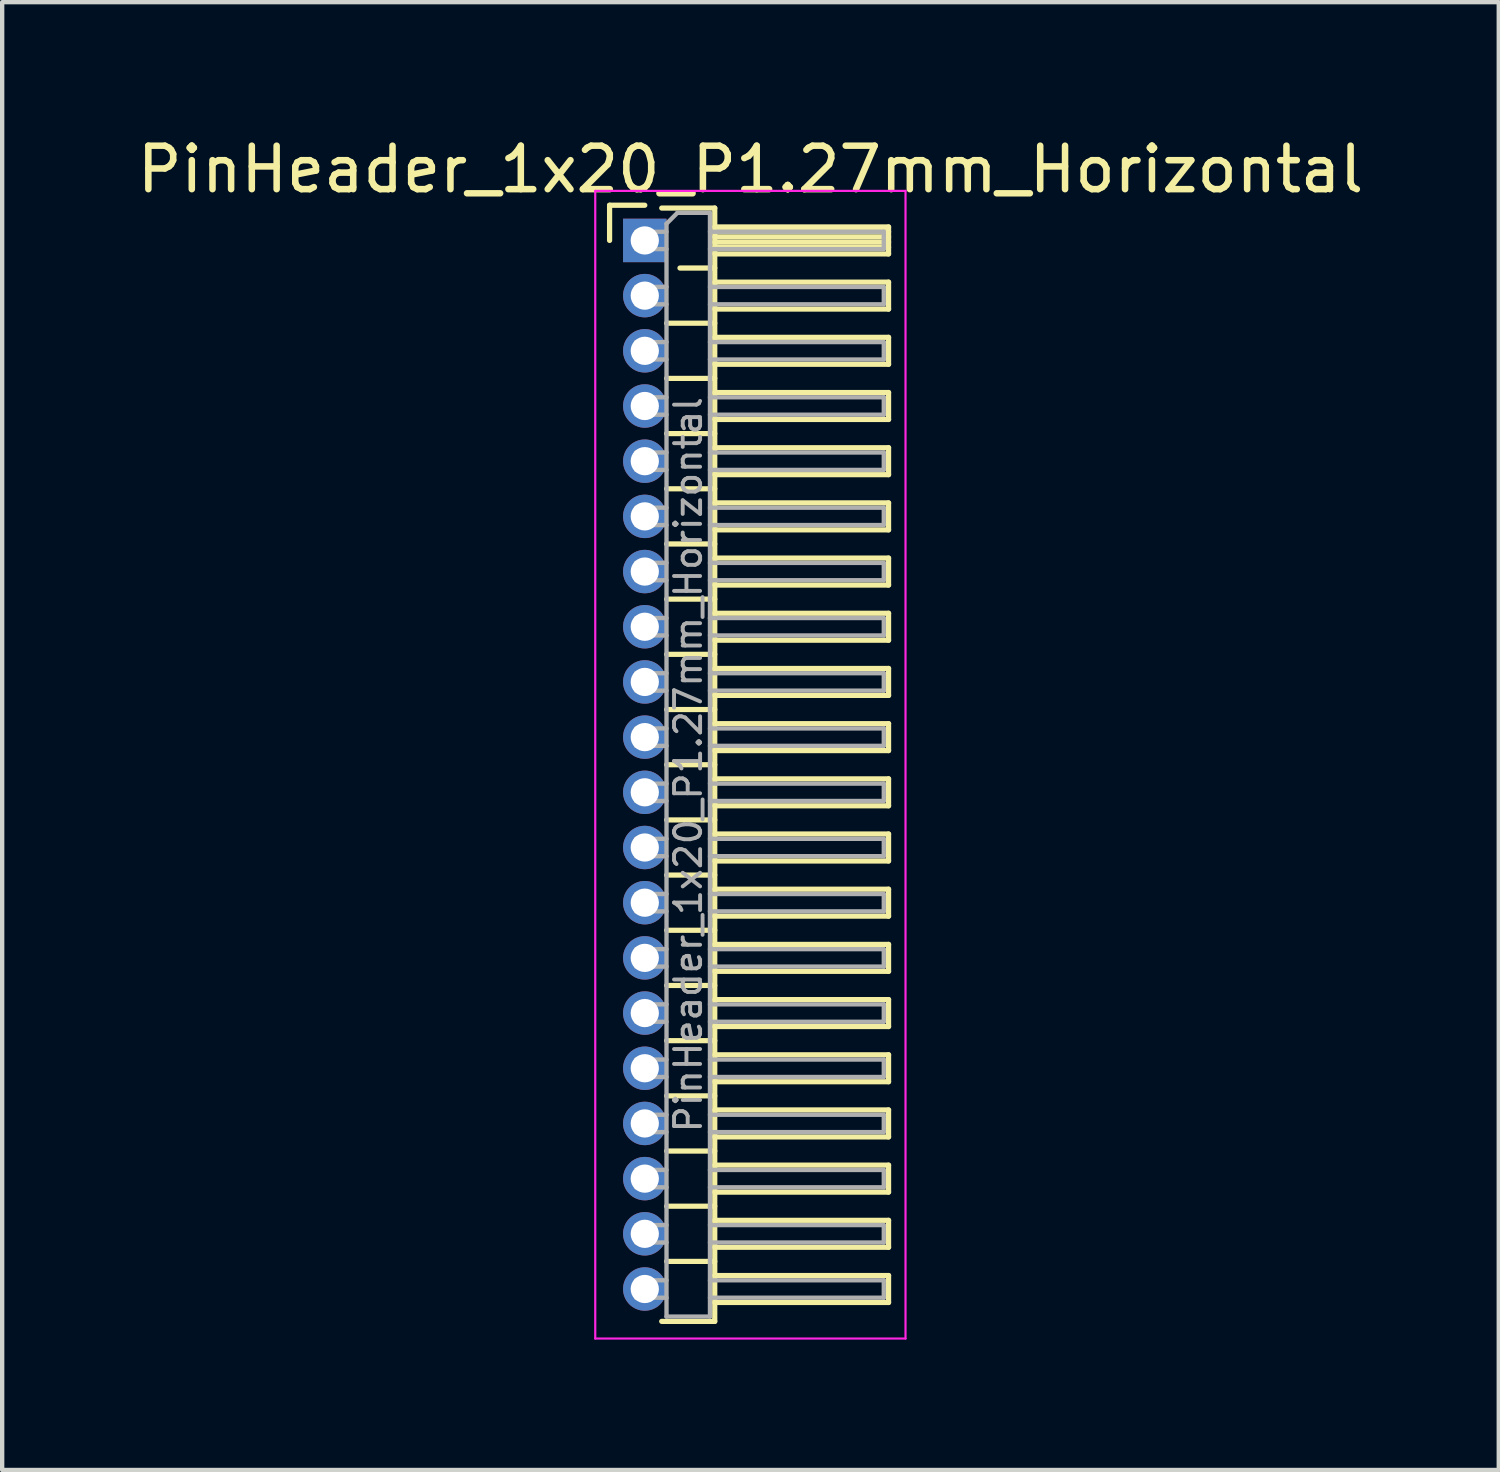
<source format=kicad_pcb>
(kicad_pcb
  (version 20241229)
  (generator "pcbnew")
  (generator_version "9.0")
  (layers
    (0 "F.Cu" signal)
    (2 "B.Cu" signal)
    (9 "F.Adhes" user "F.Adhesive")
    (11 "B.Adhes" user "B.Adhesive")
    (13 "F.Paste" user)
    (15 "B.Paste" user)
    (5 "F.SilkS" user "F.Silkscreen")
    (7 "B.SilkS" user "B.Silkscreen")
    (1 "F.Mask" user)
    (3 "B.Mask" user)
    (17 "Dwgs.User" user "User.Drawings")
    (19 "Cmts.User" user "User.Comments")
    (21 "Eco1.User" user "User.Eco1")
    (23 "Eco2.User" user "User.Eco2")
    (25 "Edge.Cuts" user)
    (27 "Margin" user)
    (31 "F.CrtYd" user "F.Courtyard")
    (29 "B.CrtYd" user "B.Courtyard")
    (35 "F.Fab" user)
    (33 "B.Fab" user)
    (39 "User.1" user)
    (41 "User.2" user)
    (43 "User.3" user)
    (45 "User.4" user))
  (footprint "PinHeader_1x20_P1.27mm_Horizontal"
    (layer "F.Cu")
    (at 11.788 2.483)
    (property "Reference" "PinHeader_1x20_P1.27mm_Horizontal" (at 2.433 -1.635 0) (layer "F.SilkS") (effects (font (size 1 1) (thickness 0.15))))
    (attr through_hole)
    (fp_line (start -0.81 -0.81) (end 0 -0.81) (stroke (width 0.12) (type solid)) (layer "F.SilkS"))
    (fp_line (start -0.81 0) (end -0.81 -0.81) (stroke (width 0.12) (type solid)) (layer "F.SilkS"))
    (fp_line (start 0.39 -0.745) (end 1.61 -0.745) (stroke (width 0.12) (type solid)) (layer "F.SilkS"))
    (fp_line (start 0.503 1.905) (end 1.61 1.905) (stroke (width 0.12) (type solid)) (layer "F.SilkS"))
    (fp_line (start 0.503 3.175) (end 1.61 3.175) (stroke (width 0.12) (type solid)) (layer "F.SilkS"))
    (fp_line (start 0.503 4.445) (end 1.61 4.445) (stroke (width 0.12) (type solid)) (layer "F.SilkS"))
    (fp_line (start 0.503 5.715) (end 1.61 5.715) (stroke (width 0.12) (type solid)) (layer "F.SilkS"))
    (fp_line (start 0.503 6.985) (end 1.61 6.985) (stroke (width 0.12) (type solid)) (layer "F.SilkS"))
    (fp_line (start 0.503 8.255) (end 1.61 8.255) (stroke (width 0.12) (type solid)) (layer "F.SilkS"))
    (fp_line (start 0.503 9.525) (end 1.61 9.525) (stroke (width 0.12) (type solid)) (layer "F.SilkS"))
    (fp_line (start 0.503 10.795) (end 1.61 10.795) (stroke (width 0.12) (type solid)) (layer "F.SilkS"))
    (fp_line (start 0.503 12.065) (end 1.61 12.065) (stroke (width 0.12) (type solid)) (layer "F.SilkS"))
    (fp_line (start 0.503 13.335) (end 1.61 13.335) (stroke (width 0.12) (type solid)) (layer "F.SilkS"))
    (fp_line (start 0.503 14.605) (end 1.61 14.605) (stroke (width 0.12) (type solid)) (layer "F.SilkS"))
    (fp_line (start 0.503 15.875) (end 1.61 15.875) (stroke (width 0.12) (type solid)) (layer "F.SilkS"))
    (fp_line (start 0.503 17.145) (end 1.61 17.145) (stroke (width 0.12) (type solid)) (layer "F.SilkS"))
    (fp_line (start 0.503 18.415) (end 1.61 18.415) (stroke (width 0.12) (type solid)) (layer "F.SilkS"))
    (fp_line (start 0.503 19.685) (end 1.61 19.685) (stroke (width 0.12) (type solid)) (layer "F.SilkS"))
    (fp_line (start 0.503 20.955) (end 1.61 20.955) (stroke (width 0.12) (type solid)) (layer "F.SilkS"))
    (fp_line (start 0.503 22.225) (end 1.61 22.225) (stroke (width 0.12) (type solid)) (layer "F.SilkS"))
    (fp_line (start 0.503 23.495) (end 1.61 23.495) (stroke (width 0.12) (type solid)) (layer "F.SilkS"))
    (fp_line (start 0.81 0.635) (end 1.61 0.635) (stroke (width 0.12) (type solid)) (layer "F.SilkS"))
    (fp_line (start 1.61 -0.745) (end 1.61 24.875) (stroke (width 0.12) (type solid)) (layer "F.SilkS"))
    (fp_line (start 1.61 -0.31) (end 5.61 -0.31) (stroke (width 0.12) (type solid)) (layer "F.SilkS"))
    (fp_line (start 1.61 -0.2) (end 5.61 -0.2) (stroke (width 0.12) (type solid)) (layer "F.SilkS"))
    (fp_line (start 1.61 -0.08) (end 5.61 -0.08) (stroke (width 0.12) (type solid)) (layer "F.SilkS"))
    (fp_line (start 1.61 0.04) (end 5.61 0.04) (stroke (width 0.12) (type solid)) (layer "F.SilkS"))
    (fp_line (start 1.61 0.16) (end 5.61 0.16) (stroke (width 0.12) (type solid)) (layer "F.SilkS"))
    (fp_line (start 1.61 0.96) (end 5.61 0.96) (stroke (width 0.12) (type solid)) (layer "F.SilkS"))
    (fp_line (start 1.61 2.23) (end 5.61 2.23) (stroke (width 0.12) (type solid)) (layer "F.SilkS"))
    (fp_line (start 1.61 3.5) (end 5.61 3.5) (stroke (width 0.12) (type solid)) (layer "F.SilkS"))
    (fp_line (start 1.61 4.77) (end 5.61 4.77) (stroke (width 0.12) (type solid)) (layer "F.SilkS"))
    (fp_line (start 1.61 6.04) (end 5.61 6.04) (stroke (width 0.12) (type solid)) (layer "F.SilkS"))
    (fp_line (start 1.61 7.31) (end 5.61 7.31) (stroke (width 0.12) (type solid)) (layer "F.SilkS"))
    (fp_line (start 1.61 8.58) (end 5.61 8.58) (stroke (width 0.12) (type solid)) (layer "F.SilkS"))
    (fp_line (start 1.61 9.85) (end 5.61 9.85) (stroke (width 0.12) (type solid)) (layer "F.SilkS"))
    (fp_line (start 1.61 11.12) (end 5.61 11.12) (stroke (width 0.12) (type solid)) (layer "F.SilkS"))
    (fp_line (start 1.61 12.39) (end 5.61 12.39) (stroke (width 0.12) (type solid)) (layer "F.SilkS"))
    (fp_line (start 1.61 13.66) (end 5.61 13.66) (stroke (width 0.12) (type solid)) (layer "F.SilkS"))
    (fp_line (start 1.61 14.93) (end 5.61 14.93) (stroke (width 0.12) (type solid)) (layer "F.SilkS"))
    (fp_line (start 1.61 16.2) (end 5.61 16.2) (stroke (width 0.12) (type solid)) (layer "F.SilkS"))
    (fp_line (start 1.61 17.47) (end 5.61 17.47) (stroke (width 0.12) (type solid)) (layer "F.SilkS"))
    (fp_line (start 1.61 18.74) (end 5.61 18.74) (stroke (width 0.12) (type solid)) (layer "F.SilkS"))
    (fp_line (start 1.61 20.01) (end 5.61 20.01) (stroke (width 0.12) (type solid)) (layer "F.SilkS"))
    (fp_line (start 1.61 21.28) (end 5.61 21.28) (stroke (width 0.12) (type solid)) (layer "F.SilkS"))
    (fp_line (start 1.61 22.55) (end 5.61 22.55) (stroke (width 0.12) (type solid)) (layer "F.SilkS"))
    (fp_line (start 1.61 23.82) (end 5.61 23.82) (stroke (width 0.12) (type solid)) (layer "F.SilkS"))
    (fp_line (start 1.61 24.875) (end 0.39 24.875) (stroke (width 0.12) (type solid)) (layer "F.SilkS"))
    (fp_line (start 5.61 -0.31) (end 5.61 0.31) (stroke (width 0.12) (type solid)) (layer "F.SilkS"))
    (fp_line (start 5.61 0.31) (end 1.61 0.31) (stroke (width 0.12) (type solid)) (layer "F.SilkS"))
    (fp_line (start 5.61 0.96) (end 5.61 1.58) (stroke (width 0.12) (type solid)) (layer "F.SilkS"))
    (fp_line (start 5.61 1.58) (end 1.61 1.58) (stroke (width 0.12) (type solid)) (layer "F.SilkS"))
    (fp_line (start 5.61 2.23) (end 5.61 2.85) (stroke (width 0.12) (type solid)) (layer "F.SilkS"))
    (fp_line (start 5.61 2.85) (end 1.61 2.85) (stroke (width 0.12) (type solid)) (layer "F.SilkS"))
    (fp_line (start 5.61 3.5) (end 5.61 4.12) (stroke (width 0.12) (type solid)) (layer "F.SilkS"))
    (fp_line (start 5.61 4.12) (end 1.61 4.12) (stroke (width 0.12) (type solid)) (layer "F.SilkS"))
    (fp_line (start 5.61 4.77) (end 5.61 5.39) (stroke (width 0.12) (type solid)) (layer "F.SilkS"))
    (fp_line (start 5.61 5.39) (end 1.61 5.39) (stroke (width 0.12) (type solid)) (layer "F.SilkS"))
    (fp_line (start 5.61 6.04) (end 5.61 6.66) (stroke (width 0.12) (type solid)) (layer "F.SilkS"))
    (fp_line (start 5.61 6.66) (end 1.61 6.66) (stroke (width 0.12) (type solid)) (layer "F.SilkS"))
    (fp_line (start 5.61 7.31) (end 5.61 7.93) (stroke (width 0.12) (type solid)) (layer "F.SilkS"))
    (fp_line (start 5.61 7.93) (end 1.61 7.93) (stroke (width 0.12) (type solid)) (layer "F.SilkS"))
    (fp_line (start 5.61 8.58) (end 5.61 9.2) (stroke (width 0.12) (type solid)) (layer "F.SilkS"))
    (fp_line (start 5.61 9.2) (end 1.61 9.2) (stroke (width 0.12) (type solid)) (layer "F.SilkS"))
    (fp_line (start 5.61 9.85) (end 5.61 10.47) (stroke (width 0.12) (type solid)) (layer "F.SilkS"))
    (fp_line (start 5.61 10.47) (end 1.61 10.47) (stroke (width 0.12) (type solid)) (layer "F.SilkS"))
    (fp_line (start 5.61 11.12) (end 5.61 11.74) (stroke (width 0.12) (type solid)) (layer "F.SilkS"))
    (fp_line (start 5.61 11.74) (end 1.61 11.74) (stroke (width 0.12) (type solid)) (layer "F.SilkS"))
    (fp_line (start 5.61 12.39) (end 5.61 13.01) (stroke (width 0.12) (type solid)) (layer "F.SilkS"))
    (fp_line (start 5.61 13.01) (end 1.61 13.01) (stroke (width 0.12) (type solid)) (layer "F.SilkS"))
    (fp_line (start 5.61 13.66) (end 5.61 14.28) (stroke (width 0.12) (type solid)) (layer "F.SilkS"))
    (fp_line (start 5.61 14.28) (end 1.61 14.28) (stroke (width 0.12) (type solid)) (layer "F.SilkS"))
    (fp_line (start 5.61 14.93) (end 5.61 15.55) (stroke (width 0.12) (type solid)) (layer "F.SilkS"))
    (fp_line (start 5.61 15.55) (end 1.61 15.55) (stroke (width 0.12) (type solid)) (layer "F.SilkS"))
    (fp_line (start 5.61 16.2) (end 5.61 16.82) (stroke (width 0.12) (type solid)) (layer "F.SilkS"))
    (fp_line (start 5.61 16.82) (end 1.61 16.82) (stroke (width 0.12) (type solid)) (layer "F.SilkS"))
    (fp_line (start 5.61 17.47) (end 5.61 18.09) (stroke (width 0.12) (type solid)) (layer "F.SilkS"))
    (fp_line (start 5.61 18.09) (end 1.61 18.09) (stroke (width 0.12) (type solid)) (layer "F.SilkS"))
    (fp_line (start 5.61 18.74) (end 5.61 19.36) (stroke (width 0.12) (type solid)) (layer "F.SilkS"))
    (fp_line (start 5.61 19.36) (end 1.61 19.36) (stroke (width 0.12) (type solid)) (layer "F.SilkS"))
    (fp_line (start 5.61 20.01) (end 5.61 20.63) (stroke (width 0.12) (type solid)) (layer "F.SilkS"))
    (fp_line (start 5.61 20.63) (end 1.61 20.63) (stroke (width 0.12) (type solid)) (layer "F.SilkS"))
    (fp_line (start 5.61 21.28) (end 5.61 21.9) (stroke (width 0.12) (type solid)) (layer "F.SilkS"))
    (fp_line (start 5.61 21.9) (end 1.61 21.9) (stroke (width 0.12) (type solid)) (layer "F.SilkS"))
    (fp_line (start 5.61 22.55) (end 5.61 23.17) (stroke (width 0.12) (type solid)) (layer "F.SilkS"))
    (fp_line (start 5.61 23.17) (end 1.61 23.17) (stroke (width 0.12) (type solid)) (layer "F.SilkS"))
    (fp_line (start 5.61 23.82) (end 5.61 24.44) (stroke (width 0.12) (type solid)) (layer "F.SilkS"))
    (fp_line (start 5.61 24.44) (end 1.61 24.44) (stroke (width 0.12) (type solid)) (layer "F.SilkS"))
    (fp_line (start -1.14 -1.14) (end -1.14 25.27) (stroke (width 0.05) (type solid)) (layer "F.CrtYd"))
    (fp_line (start -1.14 25.27) (end 6 25.27) (stroke (width 0.05) (type solid)) (layer "F.CrtYd"))
    (fp_line (start 6 -1.14) (end -1.14 -1.14) (stroke (width 0.05) (type solid)) (layer "F.CrtYd"))
    (fp_line (start 6 25.27) (end 6 -1.14) (stroke (width 0.05) (type solid)) (layer "F.CrtYd"))
    (fp_line (start -0.2 -0.2) (end -0.2 0.2) (stroke (width 0.1) (type solid)) (layer "F.Fab"))
    (fp_line (start -0.2 -0.2) (end 0.5 -0.2) (stroke (width 0.1) (type solid)) (layer "F.Fab"))
    (fp_line (start -0.2 0.2) (end 0.5 0.2) (stroke (width 0.1) (type solid)) (layer "F.Fab"))
    (fp_line (start -0.2 1.07) (end -0.2 1.47) (stroke (width 0.1) (type solid)) (layer "F.Fab"))
    (fp_line (start -0.2 1.07) (end 0.5 1.07) (stroke (width 0.1) (type solid)) (layer "F.Fab"))
    (fp_line (start -0.2 1.47) (end 0.5 1.47) (stroke (width 0.1) (type solid)) (layer "F.Fab"))
    (fp_line (start -0.2 2.34) (end -0.2 2.74) (stroke (width 0.1) (type solid)) (layer "F.Fab"))
    (fp_line (start -0.2 2.34) (end 0.5 2.34) (stroke (width 0.1) (type solid)) (layer "F.Fab"))
    (fp_line (start -0.2 2.74) (end 0.5 2.74) (stroke (width 0.1) (type solid)) (layer "F.Fab"))
    (fp_line (start -0.2 3.61) (end -0.2 4.01) (stroke (width 0.1) (type solid)) (layer "F.Fab"))
    (fp_line (start -0.2 3.61) (end 0.5 3.61) (stroke (width 0.1) (type solid)) (layer "F.Fab"))
    (fp_line (start -0.2 4.01) (end 0.5 4.01) (stroke (width 0.1) (type solid)) (layer "F.Fab"))
    (fp_line (start -0.2 4.88) (end -0.2 5.28) (stroke (width 0.1) (type solid)) (layer "F.Fab"))
    (fp_line (start -0.2 4.88) (end 0.5 4.88) (stroke (width 0.1) (type solid)) (layer "F.Fab"))
    (fp_line (start -0.2 5.28) (end 0.5 5.28) (stroke (width 0.1) (type solid)) (layer "F.Fab"))
    (fp_line (start -0.2 6.15) (end -0.2 6.55) (stroke (width 0.1) (type solid)) (layer "F.Fab"))
    (fp_line (start -0.2 6.15) (end 0.5 6.15) (stroke (width 0.1) (type solid)) (layer "F.Fab"))
    (fp_line (start -0.2 6.55) (end 0.5 6.55) (stroke (width 0.1) (type solid)) (layer "F.Fab"))
    (fp_line (start -0.2 7.42) (end -0.2 7.82) (stroke (width 0.1) (type solid)) (layer "F.Fab"))
    (fp_line (start -0.2 7.42) (end 0.5 7.42) (stroke (width 0.1) (type solid)) (layer "F.Fab"))
    (fp_line (start -0.2 7.82) (end 0.5 7.82) (stroke (width 0.1) (type solid)) (layer "F.Fab"))
    (fp_line (start -0.2 8.69) (end -0.2 9.09) (stroke (width 0.1) (type solid)) (layer "F.Fab"))
    (fp_line (start -0.2 8.69) (end 0.5 8.69) (stroke (width 0.1) (type solid)) (layer "F.Fab"))
    (fp_line (start -0.2 9.09) (end 0.5 9.09) (stroke (width 0.1) (type solid)) (layer "F.Fab"))
    (fp_line (start -0.2 9.96) (end -0.2 10.36) (stroke (width 0.1) (type solid)) (layer "F.Fab"))
    (fp_line (start -0.2 9.96) (end 0.5 9.96) (stroke (width 0.1) (type solid)) (layer "F.Fab"))
    (fp_line (start -0.2 10.36) (end 0.5 10.36) (stroke (width 0.1) (type solid)) (layer "F.Fab"))
    (fp_line (start -0.2 11.23) (end -0.2 11.63) (stroke (width 0.1) (type solid)) (layer "F.Fab"))
    (fp_line (start -0.2 11.23) (end 0.5 11.23) (stroke (width 0.1) (type solid)) (layer "F.Fab"))
    (fp_line (start -0.2 11.63) (end 0.5 11.63) (stroke (width 0.1) (type solid)) (layer "F.Fab"))
    (fp_line (start -0.2 12.5) (end -0.2 12.9) (stroke (width 0.1) (type solid)) (layer "F.Fab"))
    (fp_line (start -0.2 12.5) (end 0.5 12.5) (stroke (width 0.1) (type solid)) (layer "F.Fab"))
    (fp_line (start -0.2 12.9) (end 0.5 12.9) (stroke (width 0.1) (type solid)) (layer "F.Fab"))
    (fp_line (start -0.2 13.77) (end -0.2 14.17) (stroke (width 0.1) (type solid)) (layer "F.Fab"))
    (fp_line (start -0.2 13.77) (end 0.5 13.77) (stroke (width 0.1) (type solid)) (layer "F.Fab"))
    (fp_line (start -0.2 14.17) (end 0.5 14.17) (stroke (width 0.1) (type solid)) (layer "F.Fab"))
    (fp_line (start -0.2 15.04) (end -0.2 15.44) (stroke (width 0.1) (type solid)) (layer "F.Fab"))
    (fp_line (start -0.2 15.04) (end 0.5 15.04) (stroke (width 0.1) (type solid)) (layer "F.Fab"))
    (fp_line (start -0.2 15.44) (end 0.5 15.44) (stroke (width 0.1) (type solid)) (layer "F.Fab"))
    (fp_line (start -0.2 16.31) (end -0.2 16.71) (stroke (width 0.1) (type solid)) (layer "F.Fab"))
    (fp_line (start -0.2 16.31) (end 0.5 16.31) (stroke (width 0.1) (type solid)) (layer "F.Fab"))
    (fp_line (start -0.2 16.71) (end 0.5 16.71) (stroke (width 0.1) (type solid)) (layer "F.Fab"))
    (fp_line (start -0.2 17.58) (end -0.2 17.98) (stroke (width 0.1) (type solid)) (layer "F.Fab"))
    (fp_line (start -0.2 17.58) (end 0.5 17.58) (stroke (width 0.1) (type solid)) (layer "F.Fab"))
    (fp_line (start -0.2 17.98) (end 0.5 17.98) (stroke (width 0.1) (type solid)) (layer "F.Fab"))
    (fp_line (start -0.2 18.85) (end -0.2 19.25) (stroke (width 0.1) (type solid)) (layer "F.Fab"))
    (fp_line (start -0.2 18.85) (end 0.5 18.85) (stroke (width 0.1) (type solid)) (layer "F.Fab"))
    (fp_line (start -0.2 19.25) (end 0.5 19.25) (stroke (width 0.1) (type solid)) (layer "F.Fab"))
    (fp_line (start -0.2 20.12) (end -0.2 20.52) (stroke (width 0.1) (type solid)) (layer "F.Fab"))
    (fp_line (start -0.2 20.12) (end 0.5 20.12) (stroke (width 0.1) (type solid)) (layer "F.Fab"))
    (fp_line (start -0.2 20.52) (end 0.5 20.52) (stroke (width 0.1) (type solid)) (layer "F.Fab"))
    (fp_line (start -0.2 21.39) (end -0.2 21.79) (stroke (width 0.1) (type solid)) (layer "F.Fab"))
    (fp_line (start -0.2 21.39) (end 0.5 21.39) (stroke (width 0.1) (type solid)) (layer "F.Fab"))
    (fp_line (start -0.2 21.79) (end 0.5 21.79) (stroke (width 0.1) (type solid)) (layer "F.Fab"))
    (fp_line (start -0.2 22.66) (end -0.2 23.06) (stroke (width 0.1) (type solid)) (layer "F.Fab"))
    (fp_line (start -0.2 22.66) (end 0.5 22.66) (stroke (width 0.1) (type solid)) (layer "F.Fab"))
    (fp_line (start -0.2 23.06) (end 0.5 23.06) (stroke (width 0.1) (type solid)) (layer "F.Fab"))
    (fp_line (start -0.2 23.93) (end -0.2 24.33) (stroke (width 0.1) (type solid)) (layer "F.Fab"))
    (fp_line (start -0.2 23.93) (end 0.5 23.93) (stroke (width 0.1) (type solid)) (layer "F.Fab"))
    (fp_line (start -0.2 24.33) (end 0.5 24.33) (stroke (width 0.1) (type solid)) (layer "F.Fab"))
    (fp_line (start 0.5 -0.385) (end 0.75 -0.635) (stroke (width 0.1) (type solid)) (layer "F.Fab"))
    (fp_line (start 0.5 24.765) (end 0.5 -0.385) (stroke (width 0.1) (type solid)) (layer "F.Fab"))
    (fp_line (start 0.75 -0.635) (end 1.5 -0.635) (stroke (width 0.1) (type solid)) (layer "F.Fab"))
    (fp_line (start 1.5 -0.635) (end 1.5 24.765) (stroke (width 0.1) (type solid)) (layer "F.Fab"))
    (fp_line (start 1.5 -0.2) (end 5.5 -0.2) (stroke (width 0.1) (type solid)) (layer "F.Fab"))
    (fp_line (start 1.5 0.2) (end 5.5 0.2) (stroke (width 0.1) (type solid)) (layer "F.Fab"))
    (fp_line (start 1.5 1.07) (end 5.5 1.07) (stroke (width 0.1) (type solid)) (layer "F.Fab"))
    (fp_line (start 1.5 1.47) (end 5.5 1.47) (stroke (width 0.1) (type solid)) (layer "F.Fab"))
    (fp_line (start 1.5 2.34) (end 5.5 2.34) (stroke (width 0.1) (type solid)) (layer "F.Fab"))
    (fp_line (start 1.5 2.74) (end 5.5 2.74) (stroke (width 0.1) (type solid)) (layer "F.Fab"))
    (fp_line (start 1.5 3.61) (end 5.5 3.61) (stroke (width 0.1) (type solid)) (layer "F.Fab"))
    (fp_line (start 1.5 4.01) (end 5.5 4.01) (stroke (width 0.1) (type solid)) (layer "F.Fab"))
    (fp_line (start 1.5 4.88) (end 5.5 4.88) (stroke (width 0.1) (type solid)) (layer "F.Fab"))
    (fp_line (start 1.5 5.28) (end 5.5 5.28) (stroke (width 0.1) (type solid)) (layer "F.Fab"))
    (fp_line (start 1.5 6.15) (end 5.5 6.15) (stroke (width 0.1) (type solid)) (layer "F.Fab"))
    (fp_line (start 1.5 6.55) (end 5.5 6.55) (stroke (width 0.1) (type solid)) (layer "F.Fab"))
    (fp_line (start 1.5 7.42) (end 5.5 7.42) (stroke (width 0.1) (type solid)) (layer "F.Fab"))
    (fp_line (start 1.5 7.82) (end 5.5 7.82) (stroke (width 0.1) (type solid)) (layer "F.Fab"))
    (fp_line (start 1.5 8.69) (end 5.5 8.69) (stroke (width 0.1) (type solid)) (layer "F.Fab"))
    (fp_line (start 1.5 9.09) (end 5.5 9.09) (stroke (width 0.1) (type solid)) (layer "F.Fab"))
    (fp_line (start 1.5 9.96) (end 5.5 9.96) (stroke (width 0.1) (type solid)) (layer "F.Fab"))
    (fp_line (start 1.5 10.36) (end 5.5 10.36) (stroke (width 0.1) (type solid)) (layer "F.Fab"))
    (fp_line (start 1.5 11.23) (end 5.5 11.23) (stroke (width 0.1) (type solid)) (layer "F.Fab"))
    (fp_line (start 1.5 11.63) (end 5.5 11.63) (stroke (width 0.1) (type solid)) (layer "F.Fab"))
    (fp_line (start 1.5 12.5) (end 5.5 12.5) (stroke (width 0.1) (type solid)) (layer "F.Fab"))
    (fp_line (start 1.5 12.9) (end 5.5 12.9) (stroke (width 0.1) (type solid)) (layer "F.Fab"))
    (fp_line (start 1.5 13.77) (end 5.5 13.77) (stroke (width 0.1) (type solid)) (layer "F.Fab"))
    (fp_line (start 1.5 14.17) (end 5.5 14.17) (stroke (width 0.1) (type solid)) (layer "F.Fab"))
    (fp_line (start 1.5 15.04) (end 5.5 15.04) (stroke (width 0.1) (type solid)) (layer "F.Fab"))
    (fp_line (start 1.5 15.44) (end 5.5 15.44) (stroke (width 0.1) (type solid)) (layer "F.Fab"))
    (fp_line (start 1.5 16.31) (end 5.5 16.31) (stroke (width 0.1) (type solid)) (layer "F.Fab"))
    (fp_line (start 1.5 16.71) (end 5.5 16.71) (stroke (width 0.1) (type solid)) (layer "F.Fab"))
    (fp_line (start 1.5 17.58) (end 5.5 17.58) (stroke (width 0.1) (type solid)) (layer "F.Fab"))
    (fp_line (start 1.5 17.98) (end 5.5 17.98) (stroke (width 0.1) (type solid)) (layer "F.Fab"))
    (fp_line (start 1.5 18.85) (end 5.5 18.85) (stroke (width 0.1) (type solid)) (layer "F.Fab"))
    (fp_line (start 1.5 19.25) (end 5.5 19.25) (stroke (width 0.1) (type solid)) (layer "F.Fab"))
    (fp_line (start 1.5 20.12) (end 5.5 20.12) (stroke (width 0.1) (type solid)) (layer "F.Fab"))
    (fp_line (start 1.5 20.52) (end 5.5 20.52) (stroke (width 0.1) (type solid)) (layer "F.Fab"))
    (fp_line (start 1.5 21.39) (end 5.5 21.39) (stroke (width 0.1) (type solid)) (layer "F.Fab"))
    (fp_line (start 1.5 21.79) (end 5.5 21.79) (stroke (width 0.1) (type solid)) (layer "F.Fab"))
    (fp_line (start 1.5 22.66) (end 5.5 22.66) (stroke (width 0.1) (type solid)) (layer "F.Fab"))
    (fp_line (start 1.5 23.06) (end 5.5 23.06) (stroke (width 0.1) (type solid)) (layer "F.Fab"))
    (fp_line (start 1.5 23.93) (end 5.5 23.93) (stroke (width 0.1) (type solid)) (layer "F.Fab"))
    (fp_line (start 1.5 24.33) (end 5.5 24.33) (stroke (width 0.1) (type solid)) (layer "F.Fab"))
    (fp_line (start 1.5 24.765) (end 0.5 24.765) (stroke (width 0.1) (type solid)) (layer "F.Fab"))
    (fp_line (start 5.5 -0.2) (end 5.5 0.2) (stroke (width 0.1) (type solid)) (layer "F.Fab"))
    (fp_line (start 5.5 1.07) (end 5.5 1.47) (stroke (width 0.1) (type solid)) (layer "F.Fab"))
    (fp_line (start 5.5 2.34) (end 5.5 2.74) (stroke (width 0.1) (type solid)) (layer "F.Fab"))
    (fp_line (start 5.5 3.61) (end 5.5 4.01) (stroke (width 0.1) (type solid)) (layer "F.Fab"))
    (fp_line (start 5.5 4.88) (end 5.5 5.28) (stroke (width 0.1) (type solid)) (layer "F.Fab"))
    (fp_line (start 5.5 6.15) (end 5.5 6.55) (stroke (width 0.1) (type solid)) (layer "F.Fab"))
    (fp_line (start 5.5 7.42) (end 5.5 7.82) (stroke (width 0.1) (type solid)) (layer "F.Fab"))
    (fp_line (start 5.5 8.69) (end 5.5 9.09) (stroke (width 0.1) (type solid)) (layer "F.Fab"))
    (fp_line (start 5.5 9.96) (end 5.5 10.36) (stroke (width 0.1) (type solid)) (layer "F.Fab"))
    (fp_line (start 5.5 11.23) (end 5.5 11.63) (stroke (width 0.1) (type solid)) (layer "F.Fab"))
    (fp_line (start 5.5 12.5) (end 5.5 12.9) (stroke (width 0.1) (type solid)) (layer "F.Fab"))
    (fp_line (start 5.5 13.77) (end 5.5 14.17) (stroke (width 0.1) (type solid)) (layer "F.Fab"))
    (fp_line (start 5.5 15.04) (end 5.5 15.44) (stroke (width 0.1) (type solid)) (layer "F.Fab"))
    (fp_line (start 5.5 16.31) (end 5.5 16.71) (stroke (width 0.1) (type solid)) (layer "F.Fab"))
    (fp_line (start 5.5 17.58) (end 5.5 17.98) (stroke (width 0.1) (type solid)) (layer "F.Fab"))
    (fp_line (start 5.5 18.85) (end 5.5 19.25) (stroke (width 0.1) (type solid)) (layer "F.Fab"))
    (fp_line (start 5.5 20.12) (end 5.5 20.52) (stroke (width 0.1) (type solid)) (layer "F.Fab"))
    (fp_line (start 5.5 21.39) (end 5.5 21.79) (stroke (width 0.1) (type solid)) (layer "F.Fab"))
    (fp_line (start 5.5 22.66) (end 5.5 23.06) (stroke (width 0.1) (type solid)) (layer "F.Fab"))
    (fp_line (start 5.5 23.93) (end 5.5 24.33) (stroke (width 0.1) (type solid)) (layer "F.Fab"))
    (fp_text user "${REFERENCE}" (at 1 12.065 90) (layer "F.Fab") (effects (font (size 0.6 0.6) (thickness 0.09))))
    (pad "1" thru_hole rect (at 0 0) (size 1 1) (drill 0.65) (layers "*.Cu" "*.Mask"))
    (pad "2" thru_hole circle (at 0 1.27) (size 1 1) (drill 0.65) (layers "*.Cu" "*.Mask"))
    (pad "3" thru_hole circle (at 0 2.54) (size 1 1) (drill 0.65) (layers "*.Cu" "*.Mask"))
    (pad "4" thru_hole circle (at 0 3.81) (size 1 1) (drill 0.65) (layers "*.Cu" "*.Mask"))
    (pad "5" thru_hole circle (at 0 5.08) (size 1 1) (drill 0.65) (layers "*.Cu" "*.Mask"))
    (pad "6" thru_hole circle (at 0 6.35) (size 1 1) (drill 0.65) (layers "*.Cu" "*.Mask"))
    (pad "7" thru_hole circle (at 0 7.62) (size 1 1) (drill 0.65) (layers "*.Cu" "*.Mask"))
    (pad "8" thru_hole circle (at 0 8.89) (size 1 1) (drill 0.65) (layers "*.Cu" "*.Mask"))
    (pad "9" thru_hole circle (at 0 10.16) (size 1 1) (drill 0.65) (layers "*.Cu" "*.Mask"))
    (pad "10" thru_hole circle (at 0 11.43) (size 1 1) (drill 0.65) (layers "*.Cu" "*.Mask"))
    (pad "11" thru_hole circle (at 0 12.7) (size 1 1) (drill 0.65) (layers "*.Cu" "*.Mask"))
    (pad "12" thru_hole circle (at 0 13.97) (size 1 1) (drill 0.65) (layers "*.Cu" "*.Mask"))
    (pad "13" thru_hole circle (at 0 15.24) (size 1 1) (drill 0.65) (layers "*.Cu" "*.Mask"))
    (pad "14" thru_hole circle (at 0 16.51) (size 1 1) (drill 0.65) (layers "*.Cu" "*.Mask"))
    (pad "15" thru_hole circle (at 0 17.78) (size 1 1) (drill 0.65) (layers "*.Cu" "*.Mask"))
    (pad "16" thru_hole circle (at 0 19.05) (size 1 1) (drill 0.65) (layers "*.Cu" "*.Mask"))
    (pad "17" thru_hole circle (at 0 20.32) (size 1 1) (drill 0.65) (layers "*.Cu" "*.Mask"))
    (pad "18" thru_hole circle (at 0 21.59) (size 1 1) (drill 0.65) (layers "*.Cu" "*.Mask"))
    (pad "19" thru_hole circle (at 0 22.86) (size 1 1) (drill 0.65) (layers "*.Cu" "*.Mask"))
    (pad "20" thru_hole circle (at 0 24.13) (size 1 1) (drill 0.65) (layers "*.Cu" "*.Mask")))
  (gr_rect
    (start -3 -3)
    (end 31.44 30.778)
    (stroke (width 0.1) (type default))
    (fill no)
    (layer "Edge.Cuts")))
</source>
